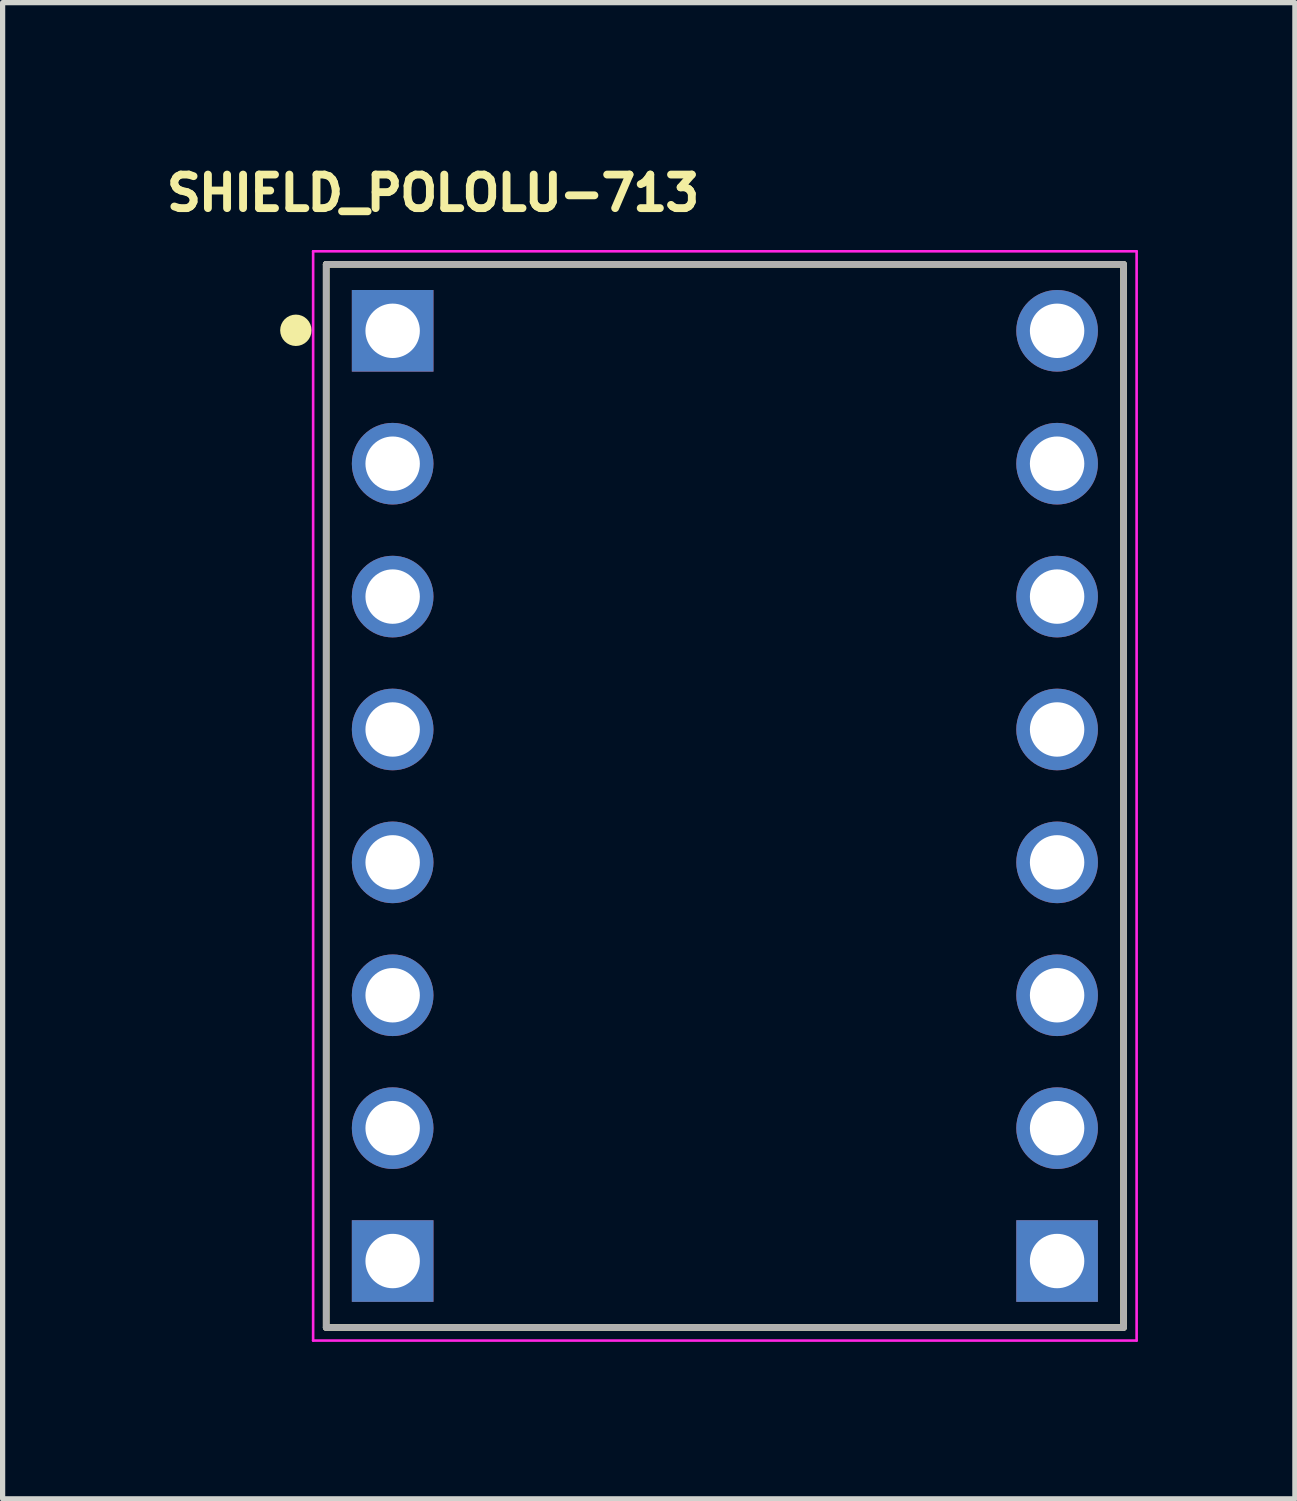
<source format=kicad_pcb>
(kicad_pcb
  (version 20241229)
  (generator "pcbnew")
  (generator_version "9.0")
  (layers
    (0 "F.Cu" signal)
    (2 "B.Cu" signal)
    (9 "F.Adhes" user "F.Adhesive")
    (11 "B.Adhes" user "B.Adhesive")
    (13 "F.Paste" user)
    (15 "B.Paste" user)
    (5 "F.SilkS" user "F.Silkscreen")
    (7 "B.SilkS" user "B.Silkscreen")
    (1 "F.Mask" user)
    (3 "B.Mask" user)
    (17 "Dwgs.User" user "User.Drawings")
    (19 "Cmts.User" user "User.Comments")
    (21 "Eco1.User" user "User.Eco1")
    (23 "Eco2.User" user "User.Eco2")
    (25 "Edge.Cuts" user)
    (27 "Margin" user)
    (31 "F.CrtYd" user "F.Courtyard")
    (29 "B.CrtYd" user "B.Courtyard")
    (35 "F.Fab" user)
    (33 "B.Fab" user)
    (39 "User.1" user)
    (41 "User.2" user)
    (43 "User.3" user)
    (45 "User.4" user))
  (footprint "SHIELD_POLOLU-713"
    (layer "F.Cu")
    (at 10.805 12.163)
    (property "Reference" "SHIELD_POLOLU-713" (at -5.577 -11.524 0) (layer "F.SilkS") (effects (font (size 0.641 0.641) (thickness 0.15))))
    (attr through_hole)
    (fp_line (start -7.62 -10.16) (end 7.62 -10.16) (stroke (width 0.127) (type solid)) (layer "F.SilkS"))
    (fp_line (start -7.62 10.16) (end -7.62 -10.16) (stroke (width 0.127) (type solid)) (layer "F.SilkS"))
    (fp_line (start 7.62 -10.16) (end 7.62 10.16) (stroke (width 0.127) (type solid)) (layer "F.SilkS"))
    (fp_line (start 7.62 10.16) (end -7.62 10.16) (stroke (width 0.127) (type solid)) (layer "F.SilkS"))
    (fp_circle (center -8.2 -8.9) (end -8.05 -8.9) (stroke (width 0.3) (type solid)) (fill no) (layer "F.SilkS"))
    (fp_line (start -7.87 -10.41) (end 7.87 -10.41) (stroke (width 0.05) (type solid)) (layer "F.CrtYd"))
    (fp_line (start -7.87 10.41) (end -7.87 -10.41) (stroke (width 0.05) (type solid)) (layer "F.CrtYd"))
    (fp_line (start 7.87 -10.41) (end 7.87 10.41) (stroke (width 0.05) (type solid)) (layer "F.CrtYd"))
    (fp_line (start 7.87 10.41) (end -7.87 10.41) (stroke (width 0.05) (type solid)) (layer "F.CrtYd"))
    (fp_line (start -7.62 -10.16) (end 7.62 -10.16) (stroke (width 0.127) (type solid)) (layer "F.Fab"))
    (fp_line (start -7.62 10.16) (end -7.62 -10.16) (stroke (width 0.127) (type solid)) (layer "F.Fab"))
    (fp_line (start 7.62 -10.16) (end 7.62 10.16) (stroke (width 0.127) (type solid)) (layer "F.Fab"))
    (fp_line (start 7.62 10.16) (end -7.62 10.16) (stroke (width 0.127) (type solid)) (layer "F.Fab"))
    (pad "1" thru_hole rect (at -6.35 -8.89) (size 1.56 1.56) (drill 1.04) (layers "*.Cu" "*.Mask"))
    (pad "2" thru_hole circle (at -6.35 -6.35) (size 1.56 1.56) (drill 1.04) (layers "*.Cu" "*.Mask"))
    (pad "3" thru_hole circle (at -6.35 -3.81) (size 1.56 1.56) (drill 1.04) (layers "*.Cu" "*.Mask"))
    (pad "4" thru_hole circle (at -6.35 -1.27) (size 1.56 1.56) (drill 1.04) (layers "*.Cu" "*.Mask"))
    (pad "5" thru_hole circle (at -6.35 1.27) (size 1.56 1.56) (drill 1.04) (layers "*.Cu" "*.Mask"))
    (pad "6" thru_hole circle (at -6.35 3.81) (size 1.56 1.56) (drill 1.04) (layers "*.Cu" "*.Mask"))
    (pad "7" thru_hole circle (at -6.35 6.35) (size 1.56 1.56) (drill 1.04) (layers "*.Cu" "*.Mask"))
    (pad "8" thru_hole rect (at -6.35 8.89) (size 1.56 1.56) (drill 1.04) (layers "*.Cu" "*.Mask"))
    (pad "9" thru_hole rect (at 6.35 8.89) (size 1.56 1.56) (drill 1.04) (layers "*.Cu" "*.Mask"))
    (pad "10" thru_hole circle (at 6.35 6.35) (size 1.56 1.56) (drill 1.04) (layers "*.Cu" "*.Mask"))
    (pad "11" thru_hole circle (at 6.35 3.81) (size 1.56 1.56) (drill 1.04) (layers "*.Cu" "*.Mask"))
    (pad "12" thru_hole circle (at 6.35 1.27) (size 1.56 1.56) (drill 1.04) (layers "*.Cu" "*.Mask"))
    (pad "13" thru_hole circle (at 6.35 -1.27) (size 1.56 1.56) (drill 1.04) (layers "*.Cu" "*.Mask"))
    (pad "14" thru_hole circle (at 6.35 -3.81) (size 1.56 1.56) (drill 1.04) (layers "*.Cu" "*.Mask"))
    (pad "15" thru_hole circle (at 6.35 -6.35) (size 1.56 1.56) (drill 1.04) (layers "*.Cu" "*.Mask"))
    (pad "16" thru_hole circle (at 6.35 -8.89) (size 1.56 1.56) (drill 1.04) (layers "*.Cu" "*.Mask")))
  (gr_rect
    (start -3 -3)
    (end 21.7 25.598)
    (stroke (width 0.1) (type default))
    (fill no)
    (layer "Edge.Cuts")))
</source>
